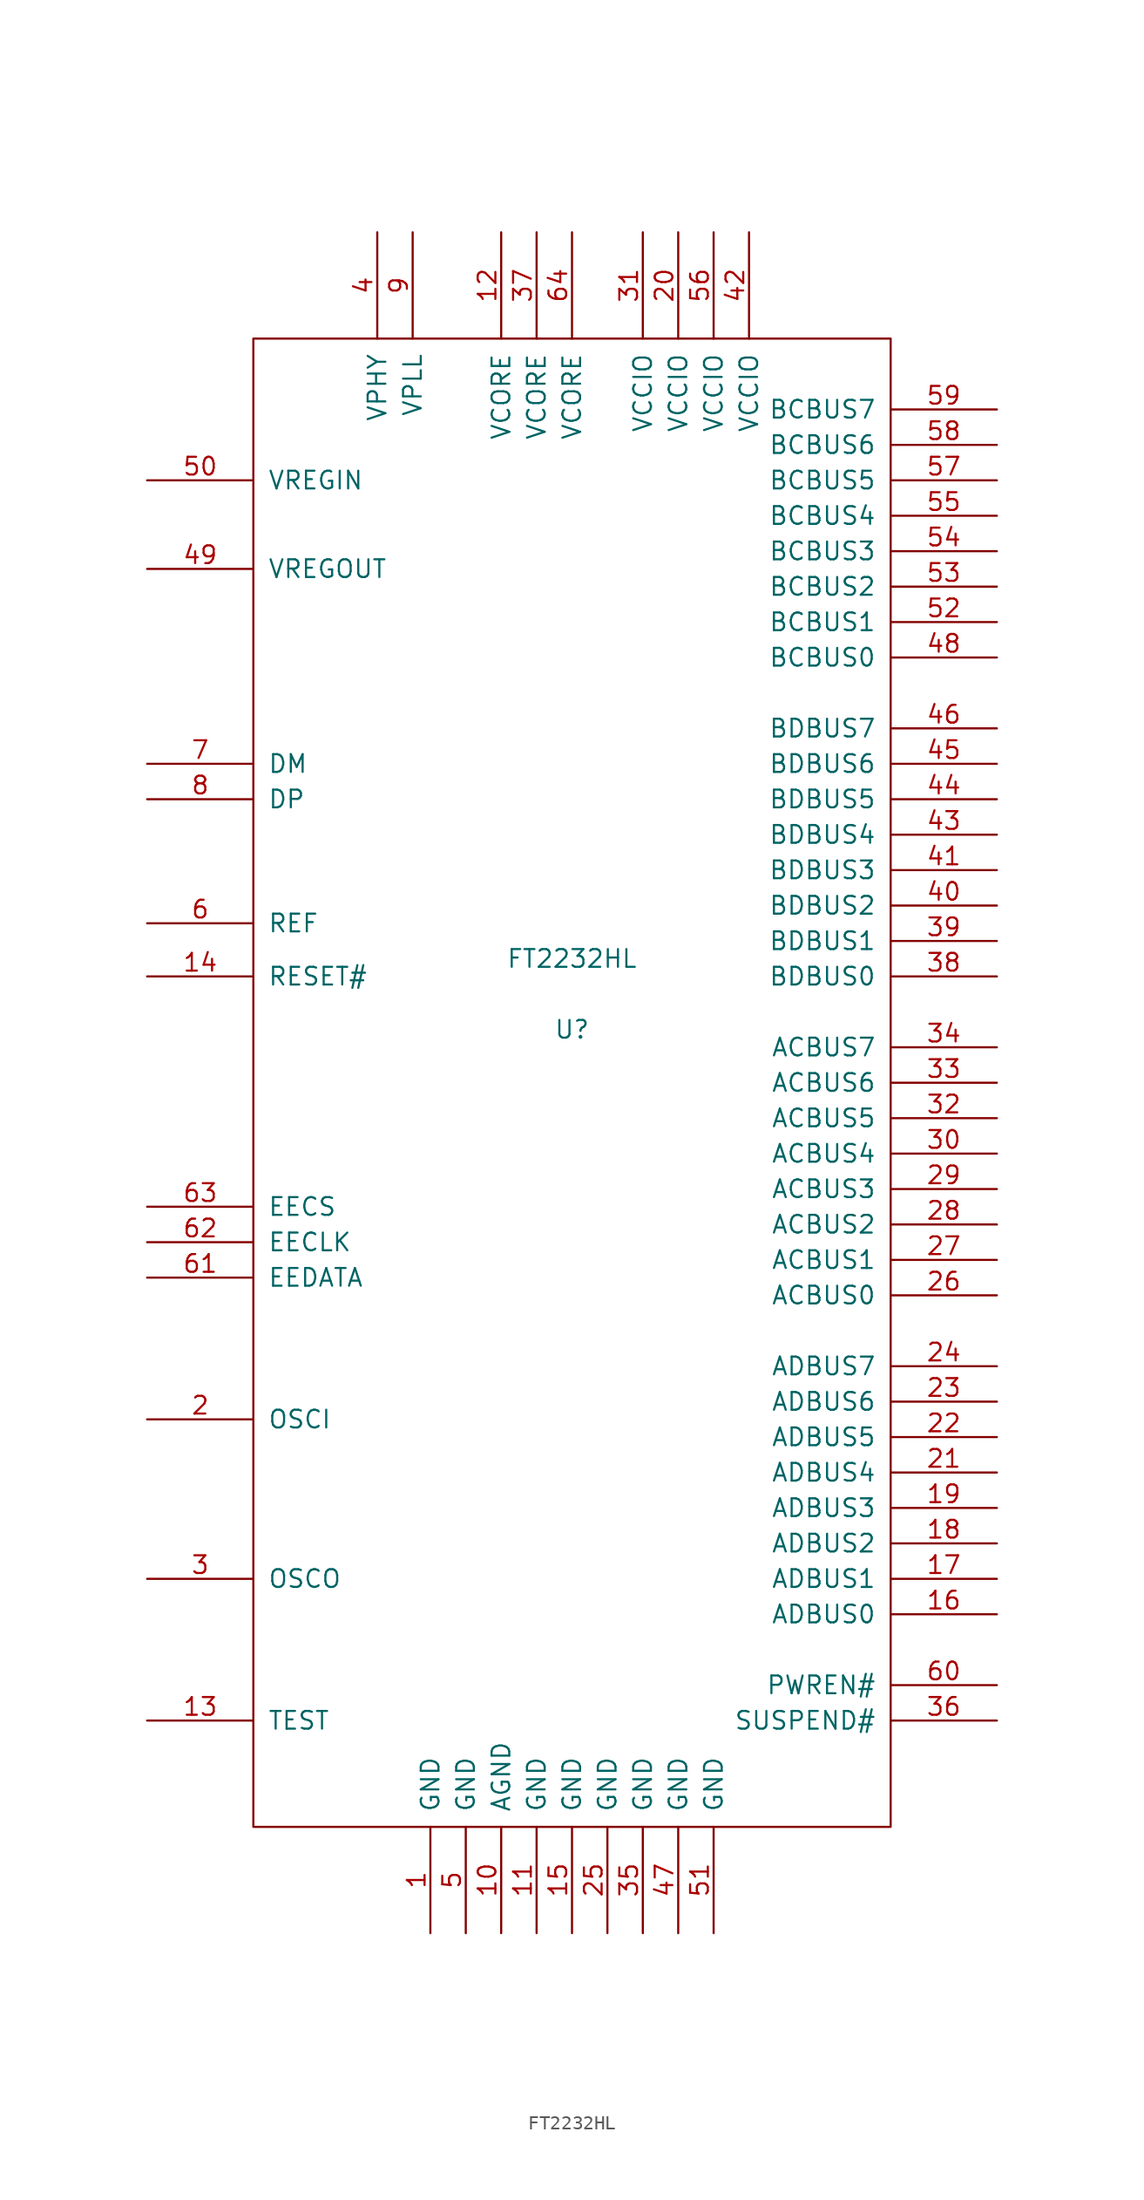
<source format=kicad_sym>
(kicad_symbol_lib
  (version 20211014)
  (generator kicad_symbol_editor)
  (symbol "FT2232HL"
    (pin_names
      (offset 1.016))
    (property "Reference" "U"
      (at 0 -2.54 0)
      (effects (font (size 1.27 1.27))))
    (property "Value" "FT2232HL"
      (at 0 2.54 0)
      (effects (font (size 1.27 1.27))))
    (symbol "FT2232HL_1_0"
      (rectangle (start -22.86 -59.69) (end 22.86 46.99) (stroke (width 0) (type default) (color 0 0 0 0)) (fill (type none))))
    (symbol "FT2232HL_1_1"
      (pin input line (at -10.16 -67.31 90) (length 7.62) (name "GND" (effects (font (size 1.27 1.27)))) (number "1" (effects (font (size 1.27 1.27)))))
      (pin input line (at -5.08 -67.31 90) (length 7.62) (name "AGND" (effects (font (size 1.27 1.27)))) (number "10" (effects (font (size 1.27 1.27)))))
      (pin input line (at -2.54 -67.31 90) (length 7.62) (name "GND" (effects (font (size 1.27 1.27)))) (number "11" (effects (font (size 1.27 1.27)))))
      (pin input line (at -5.08 54.61 270) (length 7.62) (name "VCORE" (effects (font (size 1.27 1.27)))) (number "12" (effects (font (size 1.27 1.27)))))
      (pin input line (at -30.48 -52.07 0) (length 7.62) (name "TEST" (effects (font (size 1.27 1.27)))) (number "13" (effects (font (size 1.27 1.27)))))
      (pin input line (at -30.48 1.27 0) (length 7.62) (name "RESET#" (effects (font (size 1.27 1.27)))) (number "14" (effects (font (size 1.27 1.27)))))
      (pin input line (at 0 -67.31 90) (length 7.62) (name "GND" (effects (font (size 1.27 1.27)))) (number "15" (effects (font (size 1.27 1.27)))))
      (pin input line (at 30.48 -44.45 180) (length 7.62) (name "ADBUS0" (effects (font (size 1.27 1.27)))) (number "16" (effects (font (size 1.27 1.27)))))
      (pin input line (at 30.48 -41.91 180) (length 7.62) (name "ADBUS1" (effects (font (size 1.27 1.27)))) (number "17" (effects (font (size 1.27 1.27)))))
      (pin input line (at 30.48 -39.37 180) (length 7.62) (name "ADBUS2" (effects (font (size 1.27 1.27)))) (number "18" (effects (font (size 1.27 1.27)))))
      (pin input line (at 30.48 -36.83 180) (length 7.62) (name "ADBUS3" (effects (font (size 1.27 1.27)))) (number "19" (effects (font (size 1.27 1.27)))))
      (pin input line (at -30.48 -30.48 0) (length 7.62) (name "OSCI" (effects (font (size 1.27 1.27)))) (number "2" (effects (font (size 1.27 1.27)))))
      (pin input line (at 7.62 54.61 270) (length 7.62) (name "VCCIO" (effects (font (size 1.27 1.27)))) (number "20" (effects (font (size 1.27 1.27)))))
      (pin input line (at 30.48 -34.29 180) (length 7.62) (name "ADBUS4" (effects (font (size 1.27 1.27)))) (number "21" (effects (font (size 1.27 1.27)))))
      (pin input line (at 30.48 -31.75 180) (length 7.62) (name "ADBUS5" (effects (font (size 1.27 1.27)))) (number "22" (effects (font (size 1.27 1.27)))))
      (pin input line (at 30.48 -29.21 180) (length 7.62) (name "ADBUS6" (effects (font (size 1.27 1.27)))) (number "23" (effects (font (size 1.27 1.27)))))
      (pin input line (at 30.48 -26.67 180) (length 7.62) (name "ADBUS7" (effects (font (size 1.27 1.27)))) (number "24" (effects (font (size 1.27 1.27)))))
      (pin input line (at 2.54 -67.31 90) (length 7.62) (name "GND" (effects (font (size 1.27 1.27)))) (number "25" (effects (font (size 1.27 1.27)))))
      (pin input line (at 30.48 -21.59 180) (length 7.62) (name "ACBUS0" (effects (font (size 1.27 1.27)))) (number "26" (effects (font (size 1.27 1.27)))))
      (pin input line (at 30.48 -19.05 180) (length 7.62) (name "ACBUS1" (effects (font (size 1.27 1.27)))) (number "27" (effects (font (size 1.27 1.27)))))
      (pin input line (at 30.48 -16.51 180) (length 7.62) (name "ACBUS2" (effects (font (size 1.27 1.27)))) (number "28" (effects (font (size 1.27 1.27)))))
      (pin input line (at 30.48 -13.97 180) (length 7.62) (name "ACBUS3" (effects (font (size 1.27 1.27)))) (number "29" (effects (font (size 1.27 1.27)))))
      (pin input line (at -30.48 -41.91 0) (length 7.62) (name "OSCO" (effects (font (size 1.27 1.27)))) (number "3" (effects (font (size 1.27 1.27)))))
      (pin input line (at 30.48 -11.43 180) (length 7.62) (name "ACBUS4" (effects (font (size 1.27 1.27)))) (number "30" (effects (font (size 1.27 1.27)))))
      (pin input line (at 5.08 54.61 270) (length 7.62) (name "VCCIO" (effects (font (size 1.27 1.27)))) (number "31" (effects (font (size 1.27 1.27)))))
      (pin input line (at 30.48 -8.89 180) (length 7.62) (name "ACBUS5" (effects (font (size 1.27 1.27)))) (number "32" (effects (font (size 1.27 1.27)))))
      (pin input line (at 30.48 -6.35 180) (length 7.62) (name "ACBUS6" (effects (font (size 1.27 1.27)))) (number "33" (effects (font (size 1.27 1.27)))))
      (pin input line (at 30.48 -3.81 180) (length 7.62) (name "ACBUS7" (effects (font (size 1.27 1.27)))) (number "34" (effects (font (size 1.27 1.27)))))
      (pin input line (at 5.08 -67.31 90) (length 7.62) (name "GND" (effects (font (size 1.27 1.27)))) (number "35" (effects (font (size 1.27 1.27)))))
      (pin input line (at 30.48 -52.07 180) (length 7.62) (name "SUSPEND#" (effects (font (size 1.27 1.27)))) (number "36" (effects (font (size 1.27 1.27)))))
      (pin input line (at -2.54 54.61 270) (length 7.62) (name "VCORE" (effects (font (size 1.27 1.27)))) (number "37" (effects (font (size 1.27 1.27)))))
      (pin input line (at 30.48 1.27 180) (length 7.62) (name "BDBUS0" (effects (font (size 1.27 1.27)))) (number "38" (effects (font (size 1.27 1.27)))))
      (pin input line (at 30.48 3.81 180) (length 7.62) (name "BDBUS1" (effects (font (size 1.27 1.27)))) (number "39" (effects (font (size 1.27 1.27)))))
      (pin input line (at -13.97 54.61 270) (length 7.62) (name "VPHY" (effects (font (size 1.27 1.27)))) (number "4" (effects (font (size 1.27 1.27)))))
      (pin input line (at 30.48 6.35 180) (length 7.62) (name "BDBUS2" (effects (font (size 1.27 1.27)))) (number "40" (effects (font (size 1.27 1.27)))))
      (pin input line (at 30.48 8.89 180) (length 7.62) (name "BDBUS3" (effects (font (size 1.27 1.27)))) (number "41" (effects (font (size 1.27 1.27)))))
      (pin input line (at 12.7 54.61 270) (length 7.62) (name "VCCIO" (effects (font (size 1.27 1.27)))) (number "42" (effects (font (size 1.27 1.27)))))
      (pin input line (at 30.48 11.43 180) (length 7.62) (name "BDBUS4" (effects (font (size 1.27 1.27)))) (number "43" (effects (font (size 1.27 1.27)))))
      (pin input line (at 30.48 13.97 180) (length 7.62) (name "BDBUS5" (effects (font (size 1.27 1.27)))) (number "44" (effects (font (size 1.27 1.27)))))
      (pin input line (at 30.48 16.51 180) (length 7.62) (name "BDBUS6" (effects (font (size 1.27 1.27)))) (number "45" (effects (font (size 1.27 1.27)))))
      (pin input line (at 30.48 19.05 180) (length 7.62) (name "BDBUS7" (effects (font (size 1.27 1.27)))) (number "46" (effects (font (size 1.27 1.27)))))
      (pin input line (at 7.62 -67.31 90) (length 7.62) (name "GND" (effects (font (size 1.27 1.27)))) (number "47" (effects (font (size 1.27 1.27)))))
      (pin input line (at 30.48 24.13 180) (length 7.62) (name "BCBUS0" (effects (font (size 1.27 1.27)))) (number "48" (effects (font (size 1.27 1.27)))))
      (pin input line (at -30.48 30.48 0) (length 7.62) (name "VREGOUT" (effects (font (size 1.27 1.27)))) (number "49" (effects (font (size 1.27 1.27)))))
      (pin input line (at -7.62 -67.31 90) (length 7.62) (name "GND" (effects (font (size 1.27 1.27)))) (number "5" (effects (font (size 1.27 1.27)))))
      (pin input line (at -30.48 36.83 0) (length 7.62) (name "VREGIN" (effects (font (size 1.27 1.27)))) (number "50" (effects (font (size 1.27 1.27)))))
      (pin input line (at 10.16 -67.31 90) (length 7.62) (name "GND" (effects (font (size 1.27 1.27)))) (number "51" (effects (font (size 1.27 1.27)))))
      (pin input line (at 30.48 26.67 180) (length 7.62) (name "BCBUS1" (effects (font (size 1.27 1.27)))) (number "52" (effects (font (size 1.27 1.27)))))
      (pin input line (at 30.48 29.21 180) (length 7.62) (name "BCBUS2" (effects (font (size 1.27 1.27)))) (number "53" (effects (font (size 1.27 1.27)))))
      (pin input line (at 30.48 31.75 180) (length 7.62) (name "BCBUS3" (effects (font (size 1.27 1.27)))) (number "54" (effects (font (size 1.27 1.27)))))
      (pin input line (at 30.48 34.29 180) (length 7.62) (name "BCBUS4" (effects (font (size 1.27 1.27)))) (number "55" (effects (font (size 1.27 1.27)))))
      (pin input line (at 10.16 54.61 270) (length 7.62) (name "VCCIO" (effects (font (size 1.27 1.27)))) (number "56" (effects (font (size 1.27 1.27)))))
      (pin input line (at 30.48 36.83 180) (length 7.62) (name "BCBUS5" (effects (font (size 1.27 1.27)))) (number "57" (effects (font (size 1.27 1.27)))))
      (pin input line (at 30.48 39.37 180) (length 7.62) (name "BCBUS6" (effects (font (size 1.27 1.27)))) (number "58" (effects (font (size 1.27 1.27)))))
      (pin input line (at 30.48 41.91 180) (length 7.62) (name "BCBUS7" (effects (font (size 1.27 1.27)))) (number "59" (effects (font (size 1.27 1.27)))))
      (pin input line (at -30.48 5.08 0) (length 7.62) (name "REF" (effects (font (size 1.27 1.27)))) (number "6" (effects (font (size 1.27 1.27)))))
      (pin input line (at 30.48 -49.53 180) (length 7.62) (name "PWREN#" (effects (font (size 1.27 1.27)))) (number "60" (effects (font (size 1.27 1.27)))))
      (pin input line (at -30.48 -20.32 0) (length 7.62) (name "EEDATA" (effects (font (size 1.27 1.27)))) (number "61" (effects (font (size 1.27 1.27)))))
      (pin input line (at -30.48 -17.78 0) (length 7.62) (name "EECLK" (effects (font (size 1.27 1.27)))) (number "62" (effects (font (size 1.27 1.27)))))
      (pin input line (at -30.48 -15.24 0) (length 7.62) (name "EECS" (effects (font (size 1.27 1.27)))) (number "63" (effects (font (size 1.27 1.27)))))
      (pin input line (at 0 54.61 270) (length 7.62) (name "VCORE" (effects (font (size 1.27 1.27)))) (number "64" (effects (font (size 1.27 1.27)))))
      (pin input line (at -30.48 16.51 0) (length 7.62) (name "DM" (effects (font (size 1.27 1.27)))) (number "7" (effects (font (size 1.27 1.27)))))
      (pin input line (at -30.48 13.97 0) (length 7.62) (name "DP" (effects (font (size 1.27 1.27)))) (number "8" (effects (font (size 1.27 1.27)))))
      (pin input line (at -11.43 54.61 270) (length 7.62) (name "VPLL" (effects (font (size 1.27 1.27)))) (number "9" (effects (font (size 1.27 1.27))))))))
</source>
